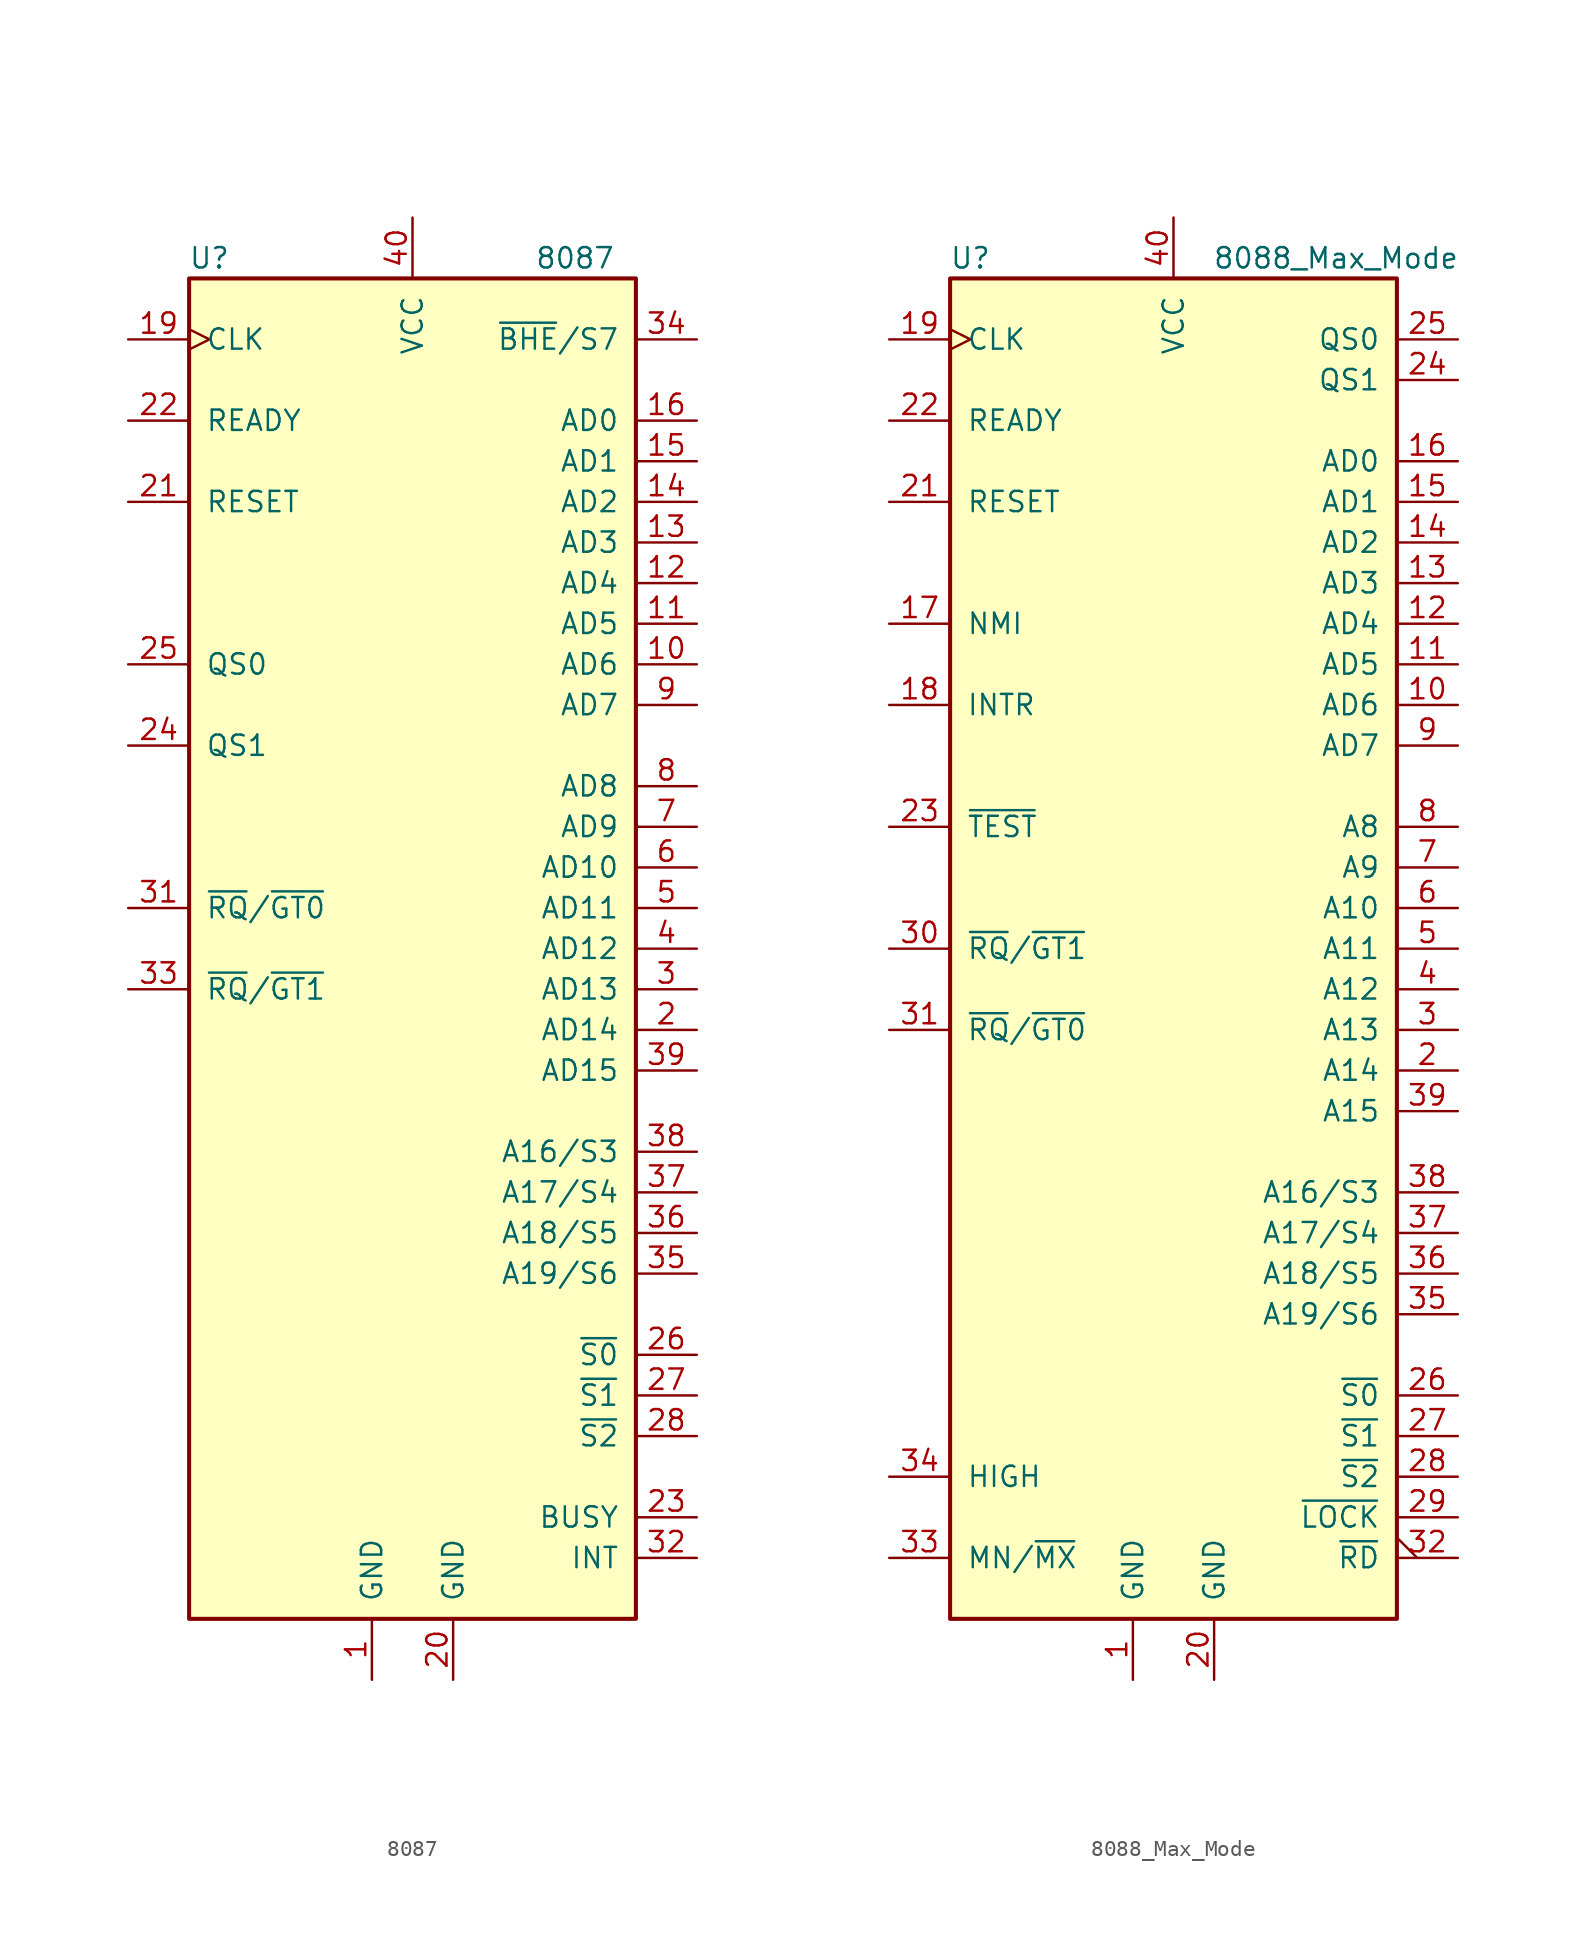
<source format=kicad_sym>
(kicad_symbol_lib
  (version 20201005)
  (generator kicad_symbol_editor)
  (symbol "MCU_Intel:8087"
    (pin_names
      (offset 1.016))
    (property "Reference" "U"
      (at -12.7 43.18 0)
      (effects (font (size 1.27 1.27))))
    (property "Value" "8087"
      (at 10.16 43.18 0)
      (effects (font (size 1.27 1.27))))
    (symbol "8087_0_1"
      (rectangle (start 13.97 -41.91) (end -13.97 41.91) (stroke (width 0.254)) (fill (type background))))
    (symbol "8087_1_1"
      (pin power_in line (at -2.54 -45.72 90) (length 3.81) (name "GND" (effects (font (size 1.27 1.27)))) (number "1" (effects (font (size 1.27 1.27)))))
      (pin bidirectional line (at 17.78 17.78 180) (length 3.81) (name "AD6" (effects (font (size 1.27 1.27)))) (number "10" (effects (font (size 1.27 1.27)))))
      (pin bidirectional line (at 17.78 20.32 180) (length 3.81) (name "AD5" (effects (font (size 1.27 1.27)))) (number "11" (effects (font (size 1.27 1.27)))))
      (pin bidirectional line (at 17.78 22.86 180) (length 3.81) (name "AD4" (effects (font (size 1.27 1.27)))) (number "12" (effects (font (size 1.27 1.27)))))
      (pin bidirectional line (at 17.78 25.4 180) (length 3.81) (name "AD3" (effects (font (size 1.27 1.27)))) (number "13" (effects (font (size 1.27 1.27)))))
      (pin bidirectional line (at 17.78 27.94 180) (length 3.81) (name "AD2" (effects (font (size 1.27 1.27)))) (number "14" (effects (font (size 1.27 1.27)))))
      (pin bidirectional line (at 17.78 30.48 180) (length 3.81) (name "AD1" (effects (font (size 1.27 1.27)))) (number "15" (effects (font (size 1.27 1.27)))))
      (pin bidirectional line (at 17.78 33.02 180) (length 3.81) (name "AD0" (effects (font (size 1.27 1.27)))) (number "16" (effects (font (size 1.27 1.27)))))
      (pin no_connect line (at -17.78 -30.48 0) (length 3.81) hide (name "NC" (effects (font (size 1.27 1.27)))) (number "17" (effects (font (size 1.27 1.27)))))
      (pin no_connect line (at -17.78 -33.02 0) (length 3.81) hide (name "NC" (effects (font (size 1.27 1.27)))) (number "18" (effects (font (size 1.27 1.27)))))
      (pin input clock (at -17.78 38.1 0) (length 3.81) (name "CLK" (effects (font (size 1.27 1.27)))) (number "19" (effects (font (size 1.27 1.27)))))
      (pin bidirectional line (at 17.78 -5.08 180) (length 3.81) (name "AD14" (effects (font (size 1.27 1.27)))) (number "2" (effects (font (size 1.27 1.27)))))
      (pin power_in line (at 2.54 -45.72 90) (length 3.81) (name "GND" (effects (font (size 1.27 1.27)))) (number "20" (effects (font (size 1.27 1.27)))))
      (pin input line (at -17.78 27.94 0) (length 3.81) (name "RESET" (effects (font (size 1.27 1.27)))) (number "21" (effects (font (size 1.27 1.27)))))
      (pin input line (at -17.78 33.02 0) (length 3.81) (name "READY" (effects (font (size 1.27 1.27)))) (number "22" (effects (font (size 1.27 1.27)))))
      (pin output line (at 17.78 -35.56 180) (length 3.81) (name "BUSY" (effects (font (size 1.27 1.27)))) (number "23" (effects (font (size 1.27 1.27)))))
      (pin input line (at -17.78 12.7 0) (length 3.81) (name "QS1" (effects (font (size 1.27 1.27)))) (number "24" (effects (font (size 1.27 1.27)))))
      (pin input line (at -17.78 17.78 0) (length 3.81) (name "QS0" (effects (font (size 1.27 1.27)))) (number "25" (effects (font (size 1.27 1.27)))))
      (pin bidirectional line (at 17.78 -25.4 180) (length 3.81) (name "~S0~" (effects (font (size 1.27 1.27)))) (number "26" (effects (font (size 1.27 1.27)))))
      (pin bidirectional line (at 17.78 -27.94 180) (length 3.81) (name "~S1~" (effects (font (size 1.27 1.27)))) (number "27" (effects (font (size 1.27 1.27)))))
      (pin bidirectional line (at 17.78 -30.48 180) (length 3.81) (name "~S2~" (effects (font (size 1.27 1.27)))) (number "28" (effects (font (size 1.27 1.27)))))
      (pin no_connect line (at -17.78 -35.56 0) (length 3.81) hide (name "NC" (effects (font (size 1.27 1.27)))) (number "29" (effects (font (size 1.27 1.27)))))
      (pin bidirectional line (at 17.78 -2.54 180) (length 3.81) (name "AD13" (effects (font (size 1.27 1.27)))) (number "3" (effects (font (size 1.27 1.27)))))
      (pin no_connect line (at -17.78 -38.1 0) (length 3.81) hide (name "NC" (effects (font (size 1.27 1.27)))) (number "30" (effects (font (size 1.27 1.27)))))
      (pin bidirectional line (at -17.78 2.54 0) (length 3.81) (name "~RQ~/~GT0~" (effects (font (size 1.27 1.27)))) (number "31" (effects (font (size 1.27 1.27)))))
      (pin output line (at 17.78 -38.1 180) (length 3.81) (name "INT" (effects (font (size 1.27 1.27)))) (number "32" (effects (font (size 1.27 1.27)))))
      (pin bidirectional line (at -17.78 -2.54 0) (length 3.81) (name "~RQ~/~GT1~" (effects (font (size 1.27 1.27)))) (number "33" (effects (font (size 1.27 1.27)))))
      (pin bidirectional line (at 17.78 38.1 180) (length 3.81) (name "~BHE~/S7" (effects (font (size 1.27 1.27)))) (number "34" (effects (font (size 1.27 1.27)))))
      (pin bidirectional line (at 17.78 -20.32 180) (length 3.81) (name "A19/S6" (effects (font (size 1.27 1.27)))) (number "35" (effects (font (size 1.27 1.27)))))
      (pin bidirectional line (at 17.78 -17.78 180) (length 3.81) (name "A18/S5" (effects (font (size 1.27 1.27)))) (number "36" (effects (font (size 1.27 1.27)))))
      (pin bidirectional line (at 17.78 -15.24 180) (length 3.81) (name "A17/S4" (effects (font (size 1.27 1.27)))) (number "37" (effects (font (size 1.27 1.27)))))
      (pin bidirectional line (at 17.78 -12.7 180) (length 3.81) (name "A16/S3" (effects (font (size 1.27 1.27)))) (number "38" (effects (font (size 1.27 1.27)))))
      (pin bidirectional line (at 17.78 -7.62 180) (length 3.81) (name "AD15" (effects (font (size 1.27 1.27)))) (number "39" (effects (font (size 1.27 1.27)))))
      (pin bidirectional line (at 17.78 0 180) (length 3.81) (name "AD12" (effects (font (size 1.27 1.27)))) (number "4" (effects (font (size 1.27 1.27)))))
      (pin power_in line (at 0 45.72 270) (length 3.81) (name "VCC" (effects (font (size 1.27 1.27)))) (number "40" (effects (font (size 1.27 1.27)))))
      (pin bidirectional line (at 17.78 2.54 180) (length 3.81) (name "AD11" (effects (font (size 1.27 1.27)))) (number "5" (effects (font (size 1.27 1.27)))))
      (pin bidirectional line (at 17.78 5.08 180) (length 3.81) (name "AD10" (effects (font (size 1.27 1.27)))) (number "6" (effects (font (size 1.27 1.27)))))
      (pin bidirectional line (at 17.78 7.62 180) (length 3.81) (name "AD9" (effects (font (size 1.27 1.27)))) (number "7" (effects (font (size 1.27 1.27)))))
      (pin bidirectional line (at 17.78 10.16 180) (length 3.81) (name "AD8" (effects (font (size 1.27 1.27)))) (number "8" (effects (font (size 1.27 1.27)))))
      (pin bidirectional line (at 17.78 15.24 180) (length 3.81) (name "AD7" (effects (font (size 1.27 1.27)))) (number "9" (effects (font (size 1.27 1.27)))))))
  (symbol "MCU_Intel:8088_Max_Mode"
    (pin_names
      (offset 1.016))
    (property "Reference" "U"
      (at -12.7 43.18 0)
      (effects (font (size 1.27 1.27))))
    (property "Value" "8088_Max_Mode"
      (at 10.16 43.18 0)
      (effects (font (size 1.27 1.27))))
    (symbol "8088_Max_Mode_0_1"
      (rectangle (start 13.97 -41.91) (end -13.97 41.91) (stroke (width 0.254)) (fill (type background))))
    (symbol "8088_Max_Mode_1_1"
      (pin power_in line (at -2.54 -45.72 90) (length 3.81) (name "GND" (effects (font (size 1.27 1.27)))) (number "1" (effects (font (size 1.27 1.27)))))
      (pin bidirectional line (at 17.78 15.24 180) (length 3.81) (name "AD6" (effects (font (size 1.27 1.27)))) (number "10" (effects (font (size 1.27 1.27)))))
      (pin bidirectional line (at 17.78 17.78 180) (length 3.81) (name "AD5" (effects (font (size 1.27 1.27)))) (number "11" (effects (font (size 1.27 1.27)))))
      (pin bidirectional line (at 17.78 20.32 180) (length 3.81) (name "AD4" (effects (font (size 1.27 1.27)))) (number "12" (effects (font (size 1.27 1.27)))))
      (pin bidirectional line (at 17.78 22.86 180) (length 3.81) (name "AD3" (effects (font (size 1.27 1.27)))) (number "13" (effects (font (size 1.27 1.27)))))
      (pin bidirectional line (at 17.78 25.4 180) (length 3.81) (name "AD2" (effects (font (size 1.27 1.27)))) (number "14" (effects (font (size 1.27 1.27)))))
      (pin bidirectional line (at 17.78 27.94 180) (length 3.81) (name "AD1" (effects (font (size 1.27 1.27)))) (number "15" (effects (font (size 1.27 1.27)))))
      (pin bidirectional line (at 17.78 30.48 180) (length 3.81) (name "AD0" (effects (font (size 1.27 1.27)))) (number "16" (effects (font (size 1.27 1.27)))))
      (pin input line (at -17.78 20.32 0) (length 3.81) (name "NMI" (effects (font (size 1.27 1.27)))) (number "17" (effects (font (size 1.27 1.27)))))
      (pin input line (at -17.78 15.24 0) (length 3.81) (name "INTR" (effects (font (size 1.27 1.27)))) (number "18" (effects (font (size 1.27 1.27)))))
      (pin input clock (at -17.78 38.1 0) (length 3.81) (name "CLK" (effects (font (size 1.27 1.27)))) (number "19" (effects (font (size 1.27 1.27)))))
      (pin output line (at 17.78 -7.62 180) (length 3.81) (name "A14" (effects (font (size 1.27 1.27)))) (number "2" (effects (font (size 1.27 1.27)))))
      (pin power_in line (at 2.54 -45.72 90) (length 3.81) (name "GND" (effects (font (size 1.27 1.27)))) (number "20" (effects (font (size 1.27 1.27)))))
      (pin input line (at -17.78 27.94 0) (length 3.81) (name "RESET" (effects (font (size 1.27 1.27)))) (number "21" (effects (font (size 1.27 1.27)))))
      (pin input line (at -17.78 33.02 0) (length 3.81) (name "READY" (effects (font (size 1.27 1.27)))) (number "22" (effects (font (size 1.27 1.27)))))
      (pin input line (at -17.78 7.62 0) (length 3.81) (name "~TEST~" (effects (font (size 1.27 1.27)))) (number "23" (effects (font (size 1.27 1.27)))))
      (pin output line (at 17.78 35.56 180) (length 3.81) (name "QS1" (effects (font (size 1.27 1.27)))) (number "24" (effects (font (size 1.27 1.27)))))
      (pin output line (at 17.78 38.1 180) (length 3.81) (name "QS0" (effects (font (size 1.27 1.27)))) (number "25" (effects (font (size 1.27 1.27)))))
      (pin output line (at 17.78 -27.94 180) (length 3.81) (name "~S0~" (effects (font (size 1.27 1.27)))) (number "26" (effects (font (size 1.27 1.27)))))
      (pin output line (at 17.78 -30.48 180) (length 3.81) (name "~S1~" (effects (font (size 1.27 1.27)))) (number "27" (effects (font (size 1.27 1.27)))))
      (pin output line (at 17.78 -33.02 180) (length 3.81) (name "~S2~" (effects (font (size 1.27 1.27)))) (number "28" (effects (font (size 1.27 1.27)))))
      (pin output line (at 17.78 -35.56 180) (length 3.81) (name "~LOCK~" (effects (font (size 1.27 1.27)))) (number "29" (effects (font (size 1.27 1.27)))))
      (pin output line (at 17.78 -5.08 180) (length 3.81) (name "A13" (effects (font (size 1.27 1.27)))) (number "3" (effects (font (size 1.27 1.27)))))
      (pin bidirectional line (at -17.78 0 0) (length 3.81) (name "~RQ~/~GT1~" (effects (font (size 1.27 1.27)))) (number "30" (effects (font (size 1.27 1.27)))))
      (pin bidirectional line (at -17.78 -5.08 0) (length 3.81) (name "~RQ~/~GT0~" (effects (font (size 1.27 1.27)))) (number "31" (effects (font (size 1.27 1.27)))))
      (pin output output_low (at 17.78 -38.1 180) (length 3.81) (name "~RD~" (effects (font (size 1.27 1.27)))) (number "32" (effects (font (size 1.27 1.27)))))
      (pin input line (at -17.78 -38.1 0) (length 3.81) (name "MN/~MX~" (effects (font (size 1.27 1.27)))) (number "33" (effects (font (size 1.27 1.27)))))
      (pin output line (at -17.78 -33.02 0) (length 3.81) (name "HIGH" (effects (font (size 1.27 1.27)))) (number "34" (effects (font (size 1.27 1.27)))))
      (pin output line (at 17.78 -22.86 180) (length 3.81) (name "A19/S6" (effects (font (size 1.27 1.27)))) (number "35" (effects (font (size 1.27 1.27)))))
      (pin output line (at 17.78 -20.32 180) (length 3.81) (name "A18/S5" (effects (font (size 1.27 1.27)))) (number "36" (effects (font (size 1.27 1.27)))))
      (pin output line (at 17.78 -17.78 180) (length 3.81) (name "A17/S4" (effects (font (size 1.27 1.27)))) (number "37" (effects (font (size 1.27 1.27)))))
      (pin output line (at 17.78 -15.24 180) (length 3.81) (name "A16/S3" (effects (font (size 1.27 1.27)))) (number "38" (effects (font (size 1.27 1.27)))))
      (pin output line (at 17.78 -10.16 180) (length 3.81) (name "A15" (effects (font (size 1.27 1.27)))) (number "39" (effects (font (size 1.27 1.27)))))
      (pin output line (at 17.78 -2.54 180) (length 3.81) (name "A12" (effects (font (size 1.27 1.27)))) (number "4" (effects (font (size 1.27 1.27)))))
      (pin power_in line (at 0 45.72 270) (length 3.81) (name "VCC" (effects (font (size 1.27 1.27)))) (number "40" (effects (font (size 1.27 1.27)))))
      (pin output line (at 17.78 0 180) (length 3.81) (name "A11" (effects (font (size 1.27 1.27)))) (number "5" (effects (font (size 1.27 1.27)))))
      (pin output line (at 17.78 2.54 180) (length 3.81) (name "A10" (effects (font (size 1.27 1.27)))) (number "6" (effects (font (size 1.27 1.27)))))
      (pin output line (at 17.78 5.08 180) (length 3.81) (name "A9" (effects (font (size 1.27 1.27)))) (number "7" (effects (font (size 1.27 1.27)))))
      (pin output line (at 17.78 7.62 180) (length 3.81) (name "A8" (effects (font (size 1.27 1.27)))) (number "8" (effects (font (size 1.27 1.27)))))
      (pin bidirectional line (at 17.78 12.7 180) (length 3.81) (name "AD7" (effects (font (size 1.27 1.27)))) (number "9" (effects (font (size 1.27 1.27))))))))
</source>
